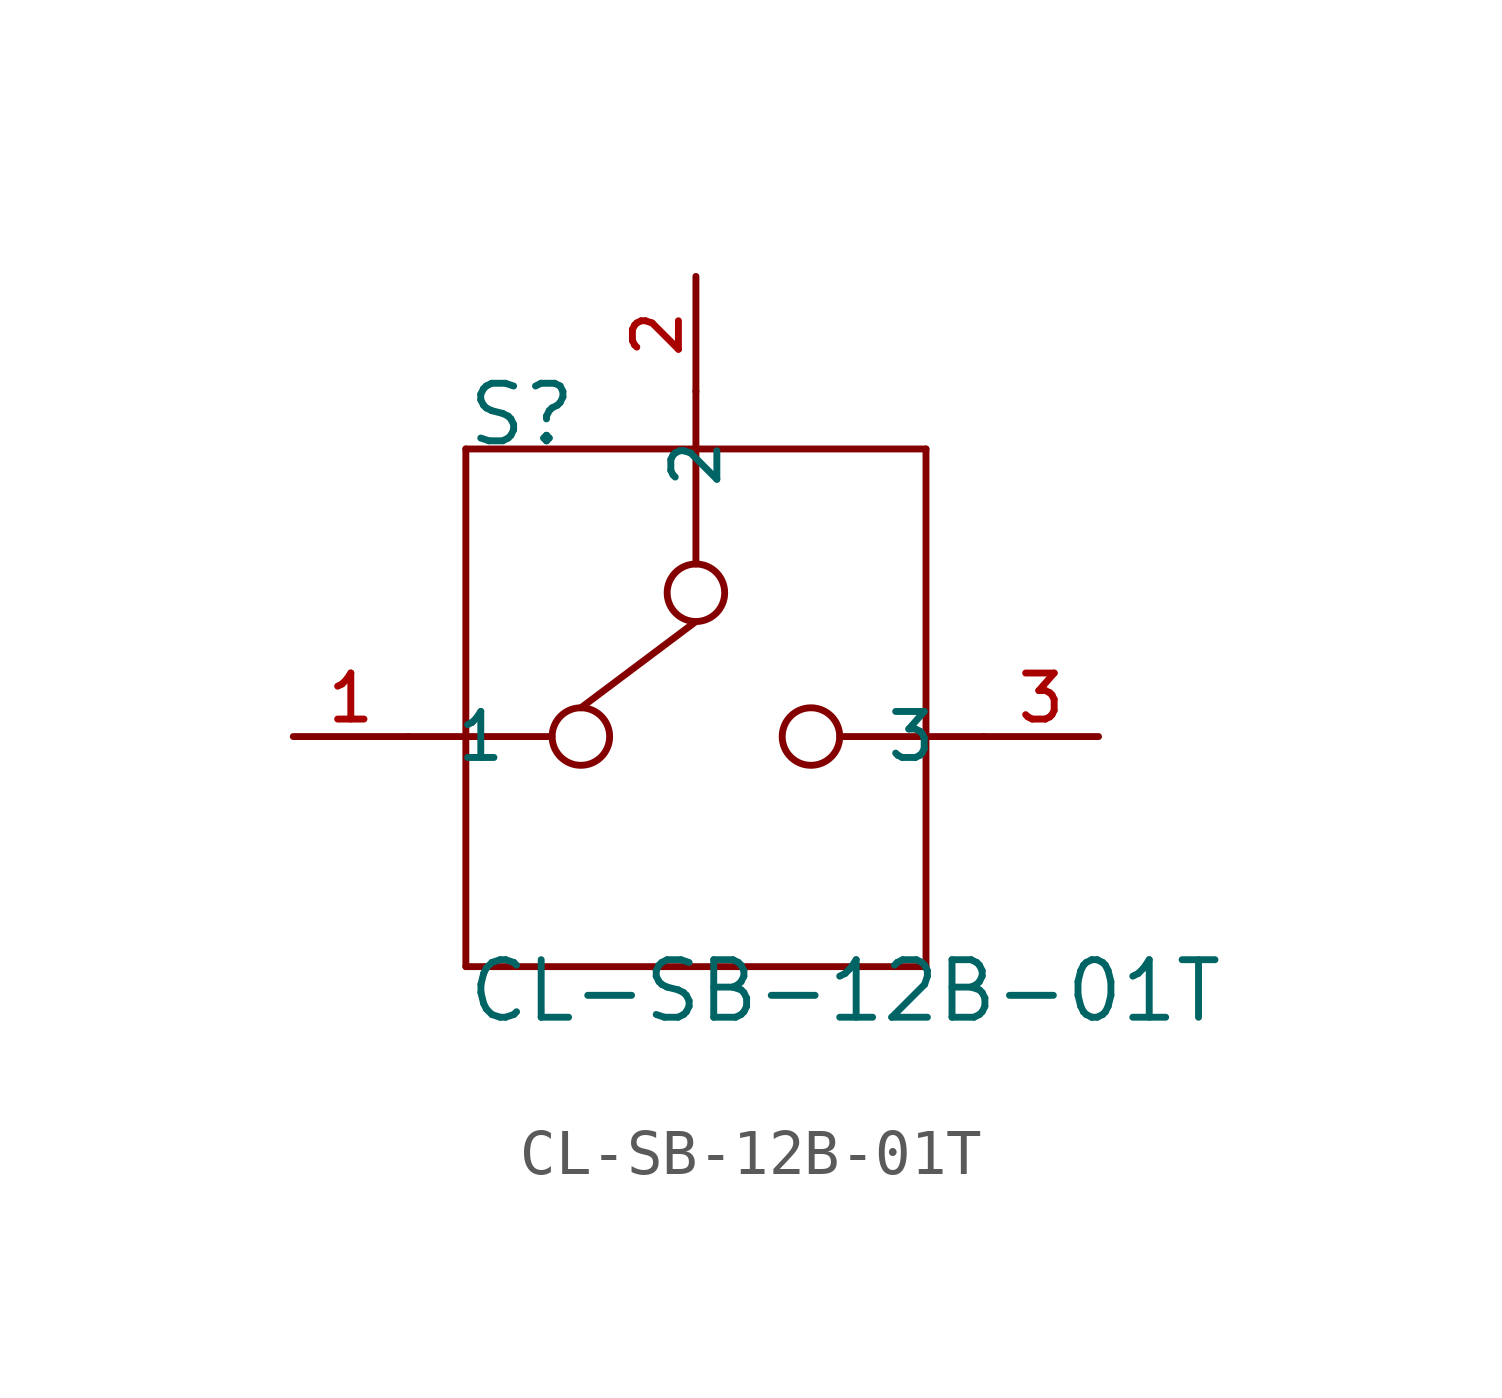
<source format=kicad_sym>
(kicad_symbol_lib
  (version 20220914)
  (generator kicad_symbol_editor)
  (symbol "CL-SB-12B-01T"
    (pin_names
      (offset 1.016))
    (property "Reference" "S"
      (at -5.093 6.367 0)
      (effects (font (size 1.27 1.27)) (justify left bottom)))
    (property "Value" "CL-SB-12B-01T"
      (at -5.089 -6.361 0)
      (effects (font (size 1.27 1.27)) (justify left bottom)))
    (symbol "CL-SB-12B-01T_0_0"
      (circle (center -2.54 0) (radius 0.635) (stroke (width 0.152) (type default)) (fill (type none)))
      (polyline (pts (xy -6.35 0) (xy -5.08 0)) (stroke (width 0.152) (type default)) (fill (type none)))
      (polyline (pts (xy -5.08 -5.08) (xy 5.08 -5.08)) (stroke (width 0.152) (type default)) (fill (type none)))
      (polyline (pts (xy -5.08 0) (xy -5.08 -5.08)) (stroke (width 0.152) (type default)) (fill (type none)))
      (polyline (pts (xy -5.08 0) (xy -3.175 0)) (stroke (width 0.152) (type default)) (fill (type none)))
      (polyline (pts (xy -5.08 6.35) (xy -5.08 0)) (stroke (width 0.152) (type default)) (fill (type none)))
      (polyline (pts (xy -2.54 0.635) (xy 0 2.54)) (stroke (width 0.152) (type default)) (fill (type none)))
      (polyline (pts (xy 0 3.81) (xy 0 6.35)) (stroke (width 0.152) (type default)) (fill (type none)))
      (polyline (pts (xy 0 6.35) (xy -5.08 6.35)) (stroke (width 0.152) (type default)) (fill (type none)))
      (polyline (pts (xy 0 6.35) (xy 0 7.62)) (stroke (width 0.152) (type default)) (fill (type none)))
      (polyline (pts (xy 3.175 0) (xy 5.08 0)) (stroke (width 0.152) (type default)) (fill (type none)))
      (polyline (pts (xy 5.08 -5.08) (xy 5.08 0)) (stroke (width 0.152) (type default)) (fill (type none)))
      (polyline (pts (xy 5.08 0) (xy 5.08 6.35)) (stroke (width 0.152) (type default)) (fill (type none)))
      (polyline (pts (xy 5.08 6.35) (xy 0 6.35)) (stroke (width 0.152) (type default)) (fill (type none)))
      (polyline (pts (xy 6.35 0) (xy 5.08 0)) (stroke (width 0.152) (type default)) (fill (type none)))
      (circle (center 0 3.175) (radius 0.635) (stroke (width 0.152) (type default)) (fill (type none)))
      (circle (center 2.54 0) (radius 0.635) (stroke (width 0.152) (type default)) (fill (type none)))
      (pin bidirectional line (at -8.89 0 0) (length 2.54) (name "1" (effects (font (size 1.016 1.016)))) (number "1" (effects (font (size 1.016 1.016)))))
      (pin bidirectional line (at 0 10.16 270) (length 2.54) (name "2" (effects (font (size 1.016 1.016)))) (number "2" (effects (font (size 1.016 1.016)))))
      (pin bidirectional line (at 8.89 0 180) (length 2.54) (name "3" (effects (font (size 1.016 1.016)))) (number "3" (effects (font (size 1.016 1.016))))))))
</source>
